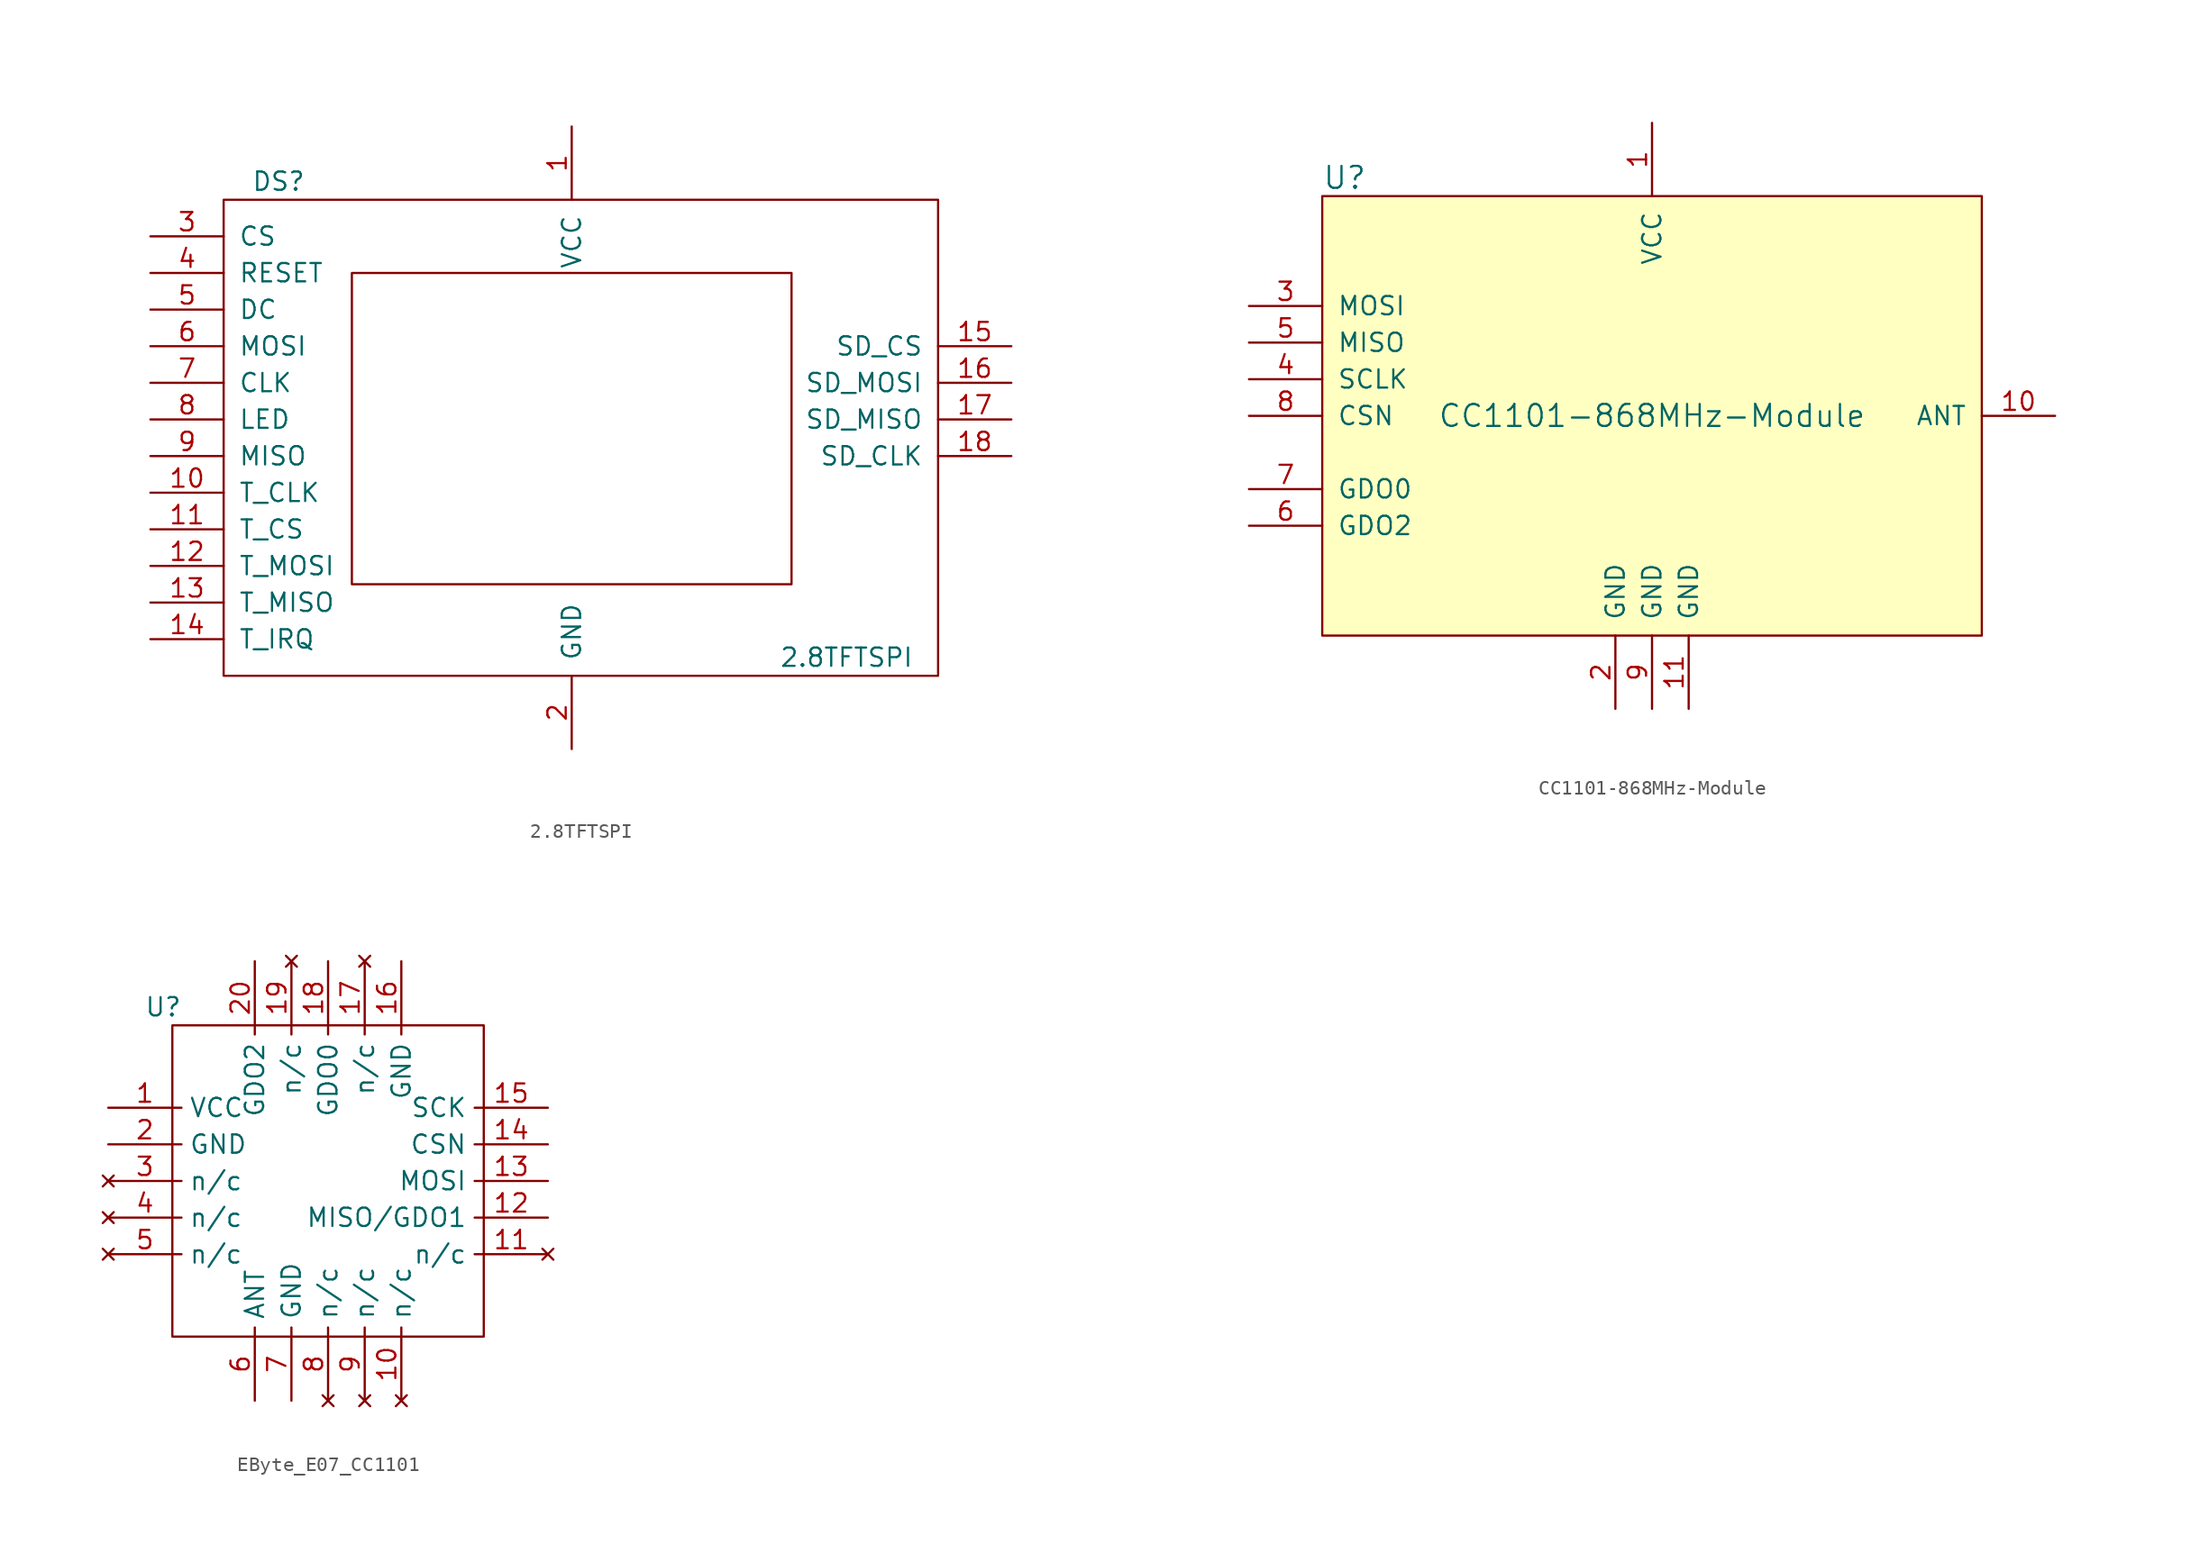
<source format=kicad_sym>
(kicad_symbol_lib
  (version 20220914)
  (generator kicad_symbol_editor)
  (symbol "2.8TFTSPI"
    (pin_names
      (offset 1.016))
    (property "Reference" "DS"
      (at -20.32 15.24 0)
      (effects (font (size 1.27 1.27))))
    (property "Value" "2.8TFTSPI"
      (at 19.05 -17.78 0)
      (effects (font (size 1.27 1.27))))
    (symbol "2.8TFTSPI_0_1"
      (rectangle (start -24.13 13.97) (end 25.4 -19.05) (stroke (width 0) (type solid)) (fill (type none)))
      (rectangle (start -15.24 8.89) (end 15.24 -12.7) (stroke (width 0) (type solid)) (fill (type none))))
    (symbol "2.8TFTSPI_1_1"
      (pin power_in line (at 0 19.05 270) (length 5.08) (name "VCC" (effects (font (size 1.27 1.27)))) (number "1" (effects (font (size 1.27 1.27)))))
      (pin input line (at -29.21 -6.35 0) (length 5.08) (name "T_CLK" (effects (font (size 1.27 1.27)))) (number "10" (effects (font (size 1.27 1.27)))))
      (pin input line (at -29.21 -8.89 0) (length 5.08) (name "T_CS" (effects (font (size 1.27 1.27)))) (number "11" (effects (font (size 1.27 1.27)))))
      (pin input line (at -29.21 -11.43 0) (length 5.08) (name "T_MOSI" (effects (font (size 1.27 1.27)))) (number "12" (effects (font (size 1.27 1.27)))))
      (pin input line (at -29.21 -13.97 0) (length 5.08) (name "T_MISO" (effects (font (size 1.27 1.27)))) (number "13" (effects (font (size 1.27 1.27)))))
      (pin input line (at -29.21 -16.51 0) (length 5.08) (name "T_IRQ" (effects (font (size 1.27 1.27)))) (number "14" (effects (font (size 1.27 1.27)))))
      (pin input line (at 30.48 3.81 180) (length 5.08) (name "SD_CS" (effects (font (size 1.27 1.27)))) (number "15" (effects (font (size 1.27 1.27)))))
      (pin input line (at 30.48 1.27 180) (length 5.08) (name "SD_MOSI" (effects (font (size 1.27 1.27)))) (number "16" (effects (font (size 1.27 1.27)))))
      (pin input line (at 30.48 -1.27 180) (length 5.08) (name "SD_MISO" (effects (font (size 1.27 1.27)))) (number "17" (effects (font (size 1.27 1.27)))))
      (pin input line (at 30.48 -3.81 180) (length 5.08) (name "SD_CLK" (effects (font (size 1.27 1.27)))) (number "18" (effects (font (size 1.27 1.27)))))
      (pin input line (at 0 -24.13 90) (length 5.08) (name "GND" (effects (font (size 1.27 1.27)))) (number "2" (effects (font (size 1.27 1.27)))))
      (pin input line (at -29.21 11.43 0) (length 5.08) (name "CS" (effects (font (size 1.27 1.27)))) (number "3" (effects (font (size 1.27 1.27)))))
      (pin input line (at -29.21 8.89 0) (length 5.08) (name "RESET" (effects (font (size 1.27 1.27)))) (number "4" (effects (font (size 1.27 1.27)))))
      (pin input line (at -29.21 6.35 0) (length 5.08) (name "DC" (effects (font (size 1.27 1.27)))) (number "5" (effects (font (size 1.27 1.27)))))
      (pin input line (at -29.21 3.81 0) (length 5.08) (name "MOSI" (effects (font (size 1.27 1.27)))) (number "6" (effects (font (size 1.27 1.27)))))
      (pin input line (at -29.21 1.27 0) (length 5.08) (name "CLK" (effects (font (size 1.27 1.27)))) (number "7" (effects (font (size 1.27 1.27)))))
      (pin input line (at -29.21 -1.27 0) (length 5.08) (name "LED" (effects (font (size 1.27 1.27)))) (number "8" (effects (font (size 1.27 1.27)))))
      (pin input line (at -29.21 -3.81 0) (length 5.08) (name "MISO" (effects (font (size 1.27 1.27)))) (number "9" (effects (font (size 1.27 1.27)))))))
  (symbol "CC1101-868MHz-Module"
    (pin_names
      (offset 1.016))
    (property "Reference" "U"
      (at -22.86 16.51 0)
      (effects (font (size 1.524 1.524)) (justify left)))
    (property "Value" "CC1101-868MHz-Module"
      (at 0 0 0)
      (effects (font (size 1.524 1.524))))
    (symbol "CC1101-868MHz-Module_0_1"
      (rectangle (start 22.86 15.24) (end -22.86 -15.24) (stroke (width 0) (type solid)) (fill (type background))))
    (symbol "CC1101-868MHz-Module_1_1"
      (pin power_in line (at 0 20.32 270) (length 5.08) (name "VCC" (effects (font (size 1.27 1.27)))) (number "1" (effects (font (size 1.27 1.27)))))
      (pin bidirectional line (at 27.94 0 180) (length 5.08) (name "ANT" (effects (font (size 1.27 1.27)))) (number "10" (effects (font (size 1.27 1.27)))))
      (pin power_in line (at 2.54 -20.32 90) (length 5.08) (name "GND" (effects (font (size 1.27 1.27)))) (number "11" (effects (font (size 1.27 1.27)))))
      (pin power_in line (at -2.54 -20.32 90) (length 5.08) (name "GND" (effects (font (size 1.27 1.27)))) (number "2" (effects (font (size 1.27 1.27)))))
      (pin input line (at -27.94 7.62 0) (length 5.08) (name "MOSI" (effects (font (size 1.27 1.27)))) (number "3" (effects (font (size 1.27 1.27)))))
      (pin input line (at -27.94 2.54 0) (length 5.08) (name "SCLK" (effects (font (size 1.27 1.27)))) (number "4" (effects (font (size 1.27 1.27)))))
      (pin output line (at -27.94 5.08 0) (length 5.08) (name "MISO" (effects (font (size 1.27 1.27)))) (number "5" (effects (font (size 1.27 1.27)))))
      (pin output line (at -27.94 -7.62 0) (length 5.08) (name "GDO2" (effects (font (size 1.27 1.27)))) (number "6" (effects (font (size 1.27 1.27)))))
      (pin bidirectional line (at -27.94 -5.08 0) (length 5.08) (name "GDO0" (effects (font (size 1.27 1.27)))) (number "7" (effects (font (size 1.27 1.27)))))
      (pin input line (at -27.94 0 0) (length 5.08) (name "CSN" (effects (font (size 1.27 1.27)))) (number "8" (effects (font (size 1.27 1.27)))))
      (pin power_in line (at 0 -20.32 90) (length 5.08) (name "GND" (effects (font (size 1.27 1.27)))) (number "9" (effects (font (size 1.27 1.27)))))))
  (symbol "EByte_E07_CC1101"
    (property "Reference" "U"
      (at -11.43 12.065 0)
      (effects (font (size 1.27 1.27))))
    (property "Value" ""
      (at -10.795 10.795 0)
      (effects (font (size 1.27 1.27))))
    (symbol "EByte_E07_CC1101_0_1"
      (polyline (pts (xy -10.795 10.795) (xy 10.795 10.795) (xy 10.795 -10.795) (xy -10.795 -10.795) (xy -10.795 10.795)) (stroke (width 0) (type default)) (fill (type none))))
    (symbol "EByte_E07_CC1101_1_1"
      (pin power_in line (at -15.24 5.08 0) (length 5.08) (name "VCC" (effects (font (size 1.27 1.27)))) (number "1" (effects (font (size 1.27 1.27)))))
      (pin no_connect line (at 5.08 -15.24 90) (length 5.08) (name "n/c" (effects (font (size 1.27 1.27)))) (number "10" (effects (font (size 1.27 1.27)))))
      (pin no_connect line (at 15.24 -5.08 180) (length 5.08) (name "n/c" (effects (font (size 1.27 1.27)))) (number "11" (effects (font (size 1.27 1.27)))))
      (pin bidirectional line (at 15.24 -2.54 180) (length 5.08) (name "MISO/GDO1" (effects (font (size 1.27 1.27)))) (number "12" (effects (font (size 1.27 1.27)))))
      (pin bidirectional line (at 15.24 0 180) (length 5.08) (name "MOSI" (effects (font (size 1.27 1.27)))) (number "13" (effects (font (size 1.27 1.27)))))
      (pin input line (at 15.24 2.54 180) (length 5.08) (name "CSN" (effects (font (size 1.27 1.27)))) (number "14" (effects (font (size 1.27 1.27)))))
      (pin input line (at 15.24 5.08 180) (length 5.08) (name "SCK" (effects (font (size 1.27 1.27)))) (number "15" (effects (font (size 1.27 1.27)))))
      (pin power_in line (at 5.08 15.24 270) (length 5.08) (name "GND" (effects (font (size 1.27 1.27)))) (number "16" (effects (font (size 1.27 1.27)))))
      (pin no_connect line (at 2.54 15.24 270) (length 5.08) (name "n/c" (effects (font (size 1.27 1.27)))) (number "17" (effects (font (size 1.27 1.27)))))
      (pin bidirectional line (at 0 15.24 270) (length 5.08) (name "GDO0" (effects (font (size 1.27 1.27)))) (number "18" (effects (font (size 1.27 1.27)))))
      (pin no_connect line (at -2.54 15.24 270) (length 5.08) (name "n/c" (effects (font (size 1.27 1.27)))) (number "19" (effects (font (size 1.27 1.27)))))
      (pin power_in line (at -15.24 2.54 0) (length 5.08) (name "GND" (effects (font (size 1.27 1.27)))) (number "2" (effects (font (size 1.27 1.27)))))
      (pin bidirectional line (at -5.08 15.24 270) (length 5.08) (name "GDO2" (effects (font (size 1.27 1.27)))) (number "20" (effects (font (size 1.27 1.27)))))
      (pin no_connect line (at -15.24 0 0) (length 5.08) (name "n/c" (effects (font (size 1.27 1.27)))) (number "3" (effects (font (size 1.27 1.27)))))
      (pin no_connect line (at -15.24 -2.54 0) (length 5.08) (name "n/c" (effects (font (size 1.27 1.27)))) (number "4" (effects (font (size 1.27 1.27)))))
      (pin no_connect line (at -15.24 -5.08 0) (length 5.08) (name "n/c" (effects (font (size 1.27 1.27)))) (number "5" (effects (font (size 1.27 1.27)))))
      (pin output line (at -5.08 -15.24 90) (length 5.08) (name "ANT" (effects (font (size 1.27 1.27)))) (number "6" (effects (font (size 1.27 1.27)))))
      (pin power_in line (at -2.54 -15.24 90) (length 5.08) (name "GND" (effects (font (size 1.27 1.27)))) (number "7" (effects (font (size 1.27 1.27)))))
      (pin no_connect line (at 0 -15.24 90) (length 5.08) (name "n/c" (effects (font (size 1.27 1.27)))) (number "8" (effects (font (size 1.27 1.27)))))
      (pin no_connect line (at 2.54 -15.24 90) (length 5.08) (name "n/c" (effects (font (size 1.27 1.27)))) (number "9" (effects (font (size 1.27 1.27))))))))
</source>
